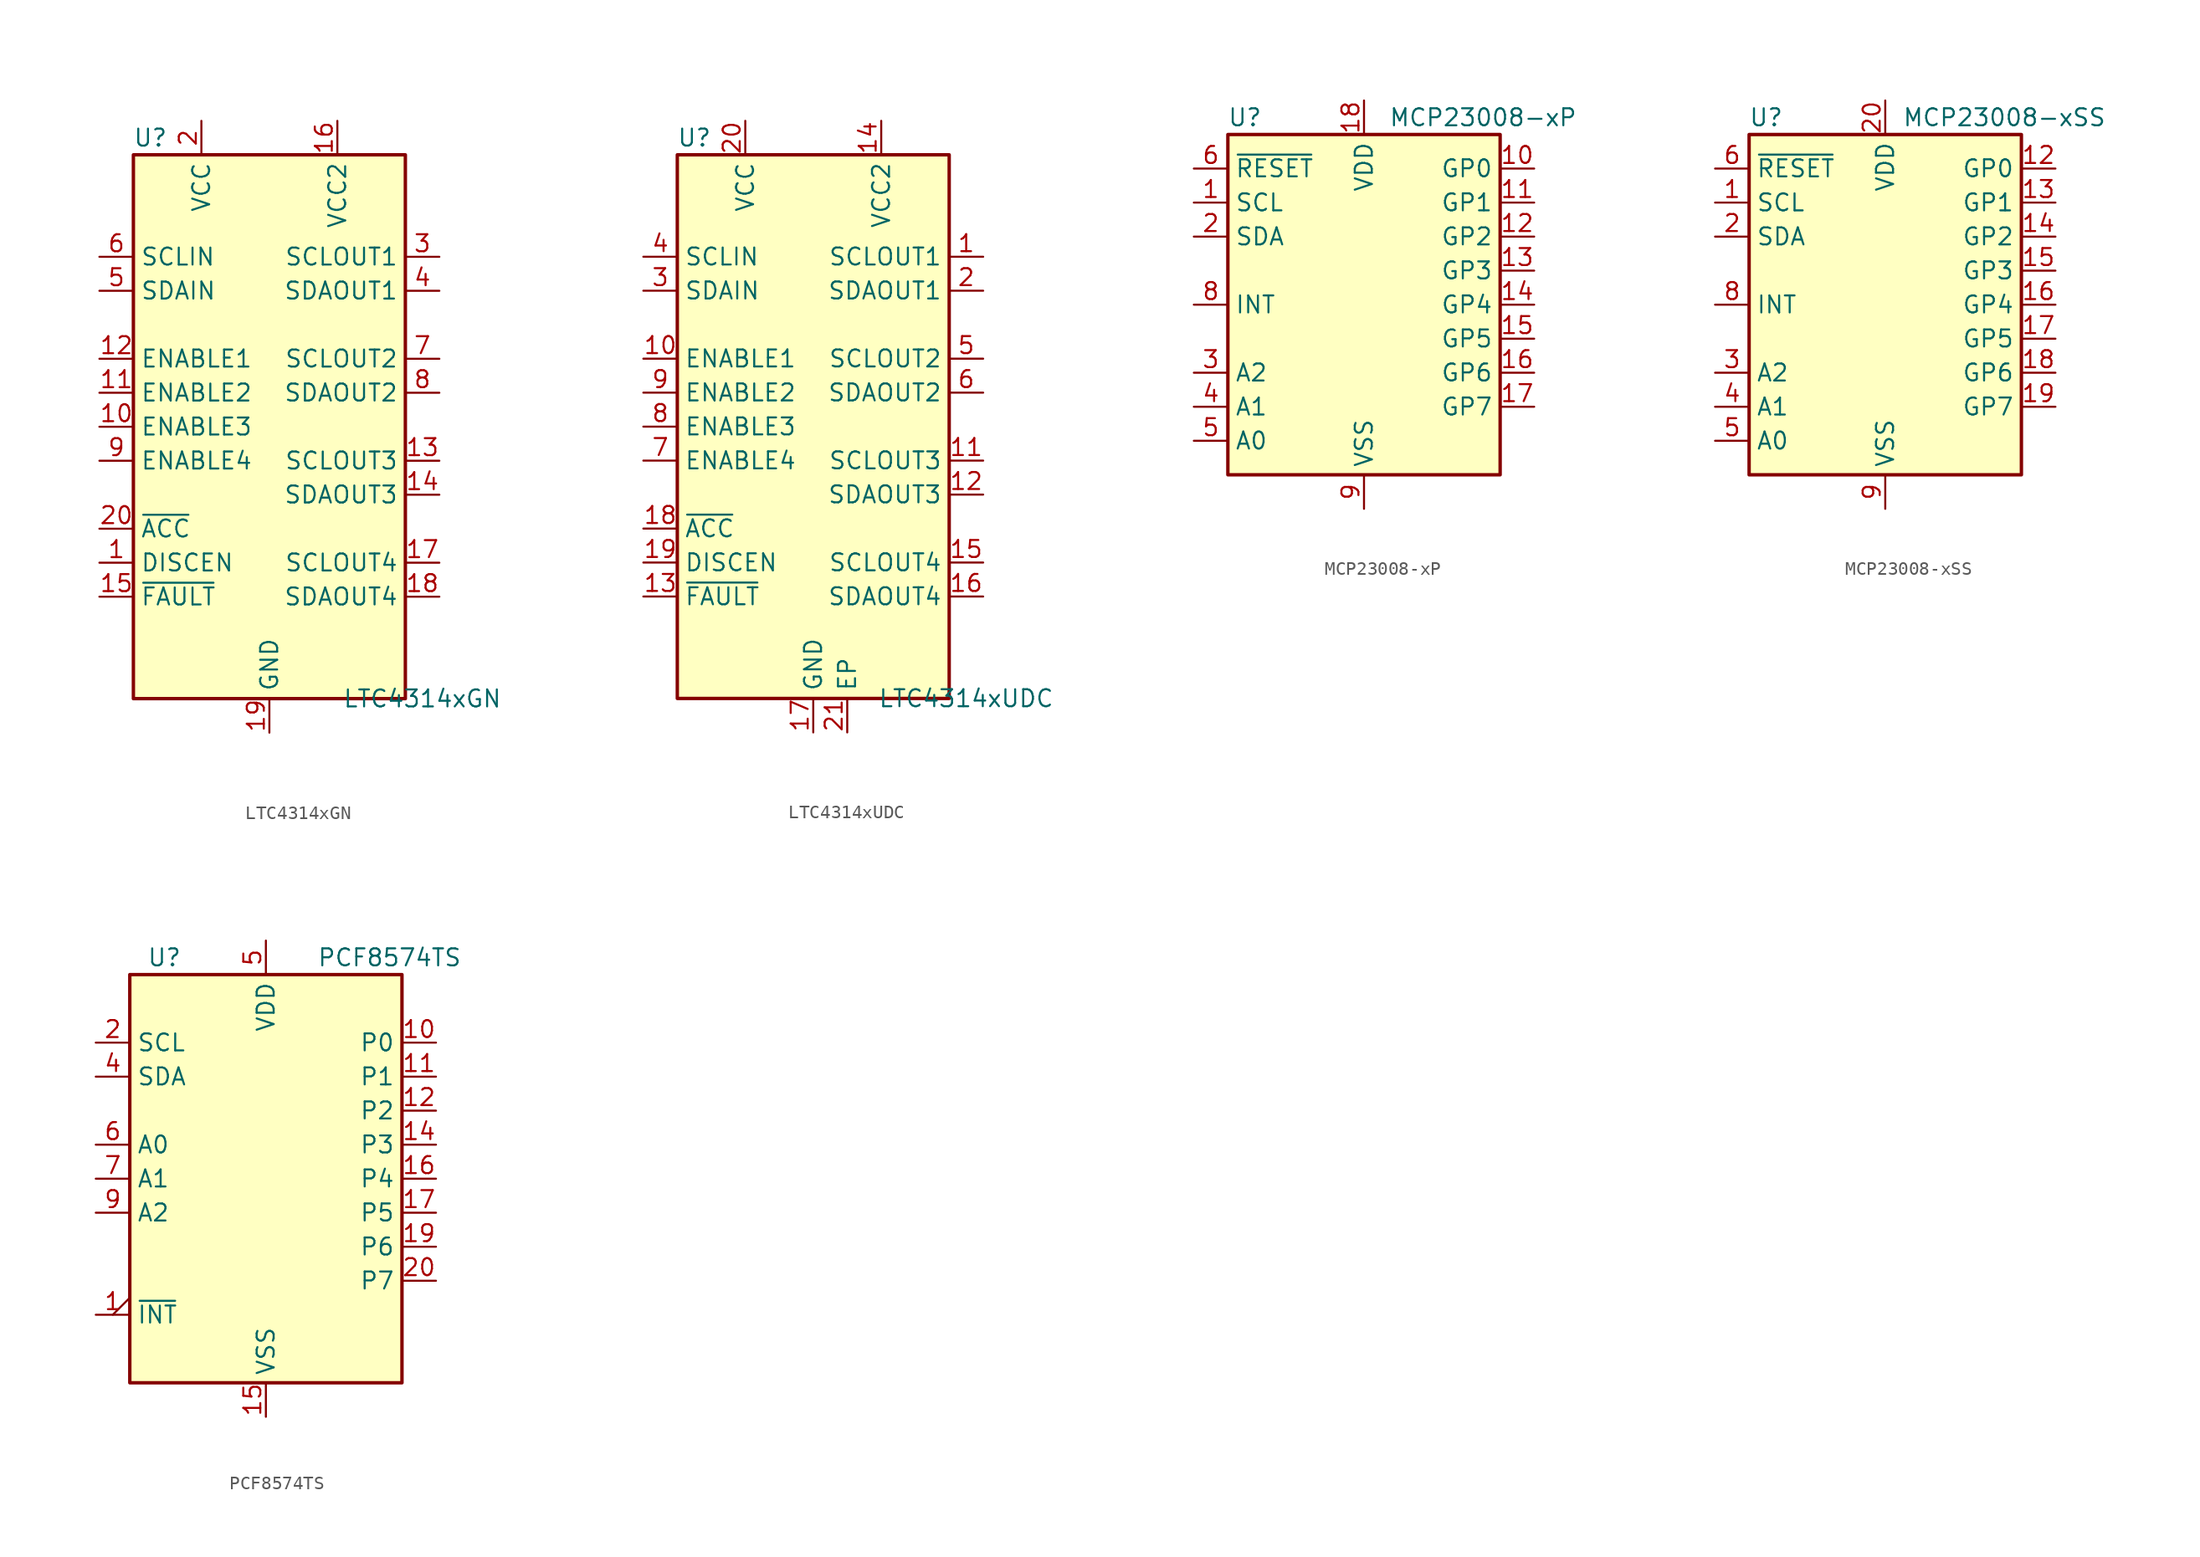
<source format=kicad_sym>
(kicad_symbol_lib
  (version 20200908)
  (generator kicad_symbol_editor)
  (symbol "Interface_Expansion:LTC4314xGN"
    (property "Reference" "U"
      (at -8.89 21.59 0)
      (effects (font (size 1.27 1.27))))
    (property "Value" "LTC4314xGN"
      (at 11.43 -20.32 0)
      (effects (font (size 1.27 1.27))))
    (symbol "LTC4314xGN_0_1"
      (rectangle (start -10.16 20.32) (end 10.16 -20.32) (stroke (width 0.254)) (fill (type background))))
    (symbol "LTC4314xGN_0_0"
      (pin bidirectional line (at 12.7 12.7 180) (length 2.54) (name "SCLOUT1" (effects (font (size 1.27 1.27)))) (number "3" (effects (font (size 1.27 1.27))))))
    (symbol "LTC4314xGN_1_1"
      (pin input line (at -12.7 -10.16 0) (length 2.54) (name "DISCEN" (effects (font (size 1.27 1.27)))) (number "1" (effects (font (size 1.27 1.27)))))
      (pin input line (at -12.7 0 0) (length 2.54) (name "ENABLE3" (effects (font (size 1.27 1.27)))) (number "10" (effects (font (size 1.27 1.27)))))
      (pin input line (at -12.7 2.54 0) (length 2.54) (name "ENABLE2" (effects (font (size 1.27 1.27)))) (number "11" (effects (font (size 1.27 1.27)))))
      (pin input line (at -12.7 5.08 0) (length 2.54) (name "ENABLE1" (effects (font (size 1.27 1.27)))) (number "12" (effects (font (size 1.27 1.27)))))
      (pin bidirectional line (at 12.7 -2.54 180) (length 2.54) (name "SCLOUT3" (effects (font (size 1.27 1.27)))) (number "13" (effects (font (size 1.27 1.27)))))
      (pin bidirectional line (at 12.7 -5.08 180) (length 2.54) (name "SDAOUT3" (effects (font (size 1.27 1.27)))) (number "14" (effects (font (size 1.27 1.27)))))
      (pin open_collector line (at -12.7 -12.7 0) (length 2.54) (name "~FAULT" (effects (font (size 1.27 1.27)))) (number "15" (effects (font (size 1.27 1.27)))))
      (pin power_in line (at 5.08 22.86 270) (length 2.54) (name "VCC2" (effects (font (size 1.27 1.27)))) (number "16" (effects (font (size 1.27 1.27)))))
      (pin bidirectional line (at 12.7 -10.16 180) (length 2.54) (name "SCLOUT4" (effects (font (size 1.27 1.27)))) (number "17" (effects (font (size 1.27 1.27)))))
      (pin bidirectional line (at 12.7 -12.7 180) (length 2.54) (name "SDAOUT4" (effects (font (size 1.27 1.27)))) (number "18" (effects (font (size 1.27 1.27)))))
      (pin power_in line (at 0 -22.86 90) (length 2.54) (name "GND" (effects (font (size 1.27 1.27)))) (number "19" (effects (font (size 1.27 1.27)))))
      (pin power_in line (at -5.08 22.86 270) (length 2.54) (name "VCC" (effects (font (size 1.27 1.27)))) (number "2" (effects (font (size 1.27 1.27)))))
      (pin input line (at -12.7 -7.62 0) (length 2.54) (name "~ACC" (effects (font (size 1.27 1.27)))) (number "20" (effects (font (size 1.27 1.27)))))
      (pin bidirectional line (at 12.7 10.16 180) (length 2.54) (name "SDAOUT1" (effects (font (size 1.27 1.27)))) (number "4" (effects (font (size 1.27 1.27)))))
      (pin bidirectional line (at -12.7 10.16 0) (length 2.54) (name "SDAIN" (effects (font (size 1.27 1.27)))) (number "5" (effects (font (size 1.27 1.27)))))
      (pin bidirectional line (at -12.7 12.7 0) (length 2.54) (name "SCLIN" (effects (font (size 1.27 1.27)))) (number "6" (effects (font (size 1.27 1.27)))))
      (pin bidirectional line (at 12.7 5.08 180) (length 2.54) (name "SCLOUT2" (effects (font (size 1.27 1.27)))) (number "7" (effects (font (size 1.27 1.27)))))
      (pin bidirectional line (at 12.7 2.54 180) (length 2.54) (name "SDAOUT2" (effects (font (size 1.27 1.27)))) (number "8" (effects (font (size 1.27 1.27)))))
      (pin input line (at -12.7 -2.54 0) (length 2.54) (name "ENABLE4" (effects (font (size 1.27 1.27)))) (number "9" (effects (font (size 1.27 1.27)))))))
  (symbol "Interface_Expansion:LTC4314xUDC"
    (property "Reference" "U"
      (at -8.89 21.59 0)
      (effects (font (size 1.27 1.27))))
    (property "Value" "LTC4314xUDC"
      (at 11.43 -20.32 0)
      (effects (font (size 1.27 1.27))))
    (symbol "LTC4314xUDC_0_1"
      (rectangle (start -10.16 20.32) (end 10.16 -20.32) (stroke (width 0.254)) (fill (type background))))
    (symbol "LTC4314xUDC_0_0"
      (pin bidirectional line (at 12.7 12.7 180) (length 2.54) (name "SCLOUT1" (effects (font (size 1.27 1.27)))) (number "1" (effects (font (size 1.27 1.27))))))
    (symbol "LTC4314xUDC_1_1"
      (pin input line (at -12.7 5.08 0) (length 2.54) (name "ENABLE1" (effects (font (size 1.27 1.27)))) (number "10" (effects (font (size 1.27 1.27)))))
      (pin bidirectional line (at 12.7 -2.54 180) (length 2.54) (name "SCLOUT3" (effects (font (size 1.27 1.27)))) (number "11" (effects (font (size 1.27 1.27)))))
      (pin bidirectional line (at 12.7 -5.08 180) (length 2.54) (name "SDAOUT3" (effects (font (size 1.27 1.27)))) (number "12" (effects (font (size 1.27 1.27)))))
      (pin open_collector line (at -12.7 -12.7 0) (length 2.54) (name "~FAULT" (effects (font (size 1.27 1.27)))) (number "13" (effects (font (size 1.27 1.27)))))
      (pin power_in line (at 5.08 22.86 270) (length 2.54) (name "VCC2" (effects (font (size 1.27 1.27)))) (number "14" (effects (font (size 1.27 1.27)))))
      (pin bidirectional line (at 12.7 -10.16 180) (length 2.54) (name "SCLOUT4" (effects (font (size 1.27 1.27)))) (number "15" (effects (font (size 1.27 1.27)))))
      (pin bidirectional line (at 12.7 -12.7 180) (length 2.54) (name "SDAOUT4" (effects (font (size 1.27 1.27)))) (number "16" (effects (font (size 1.27 1.27)))))
      (pin power_in line (at 0 -22.86 90) (length 2.54) (name "GND" (effects (font (size 1.27 1.27)))) (number "17" (effects (font (size 1.27 1.27)))))
      (pin input line (at -12.7 -7.62 0) (length 2.54) (name "~ACC" (effects (font (size 1.27 1.27)))) (number "18" (effects (font (size 1.27 1.27)))))
      (pin input line (at -12.7 -10.16 0) (length 2.54) (name "DISCEN" (effects (font (size 1.27 1.27)))) (number "19" (effects (font (size 1.27 1.27)))))
      (pin bidirectional line (at 12.7 10.16 180) (length 2.54) (name "SDAOUT1" (effects (font (size 1.27 1.27)))) (number "2" (effects (font (size 1.27 1.27)))))
      (pin power_in line (at -5.08 22.86 270) (length 2.54) (name "VCC" (effects (font (size 1.27 1.27)))) (number "20" (effects (font (size 1.27 1.27)))))
      (pin passive line (at 2.54 -22.86 90) (length 2.54) (name "EP" (effects (font (size 1.27 1.27)))) (number "21" (effects (font (size 1.27 1.27)))))
      (pin bidirectional line (at -12.7 10.16 0) (length 2.54) (name "SDAIN" (effects (font (size 1.27 1.27)))) (number "3" (effects (font (size 1.27 1.27)))))
      (pin bidirectional line (at -12.7 12.7 0) (length 2.54) (name "SCLIN" (effects (font (size 1.27 1.27)))) (number "4" (effects (font (size 1.27 1.27)))))
      (pin bidirectional line (at 12.7 5.08 180) (length 2.54) (name "SCLOUT2" (effects (font (size 1.27 1.27)))) (number "5" (effects (font (size 1.27 1.27)))))
      (pin bidirectional line (at 12.7 2.54 180) (length 2.54) (name "SDAOUT2" (effects (font (size 1.27 1.27)))) (number "6" (effects (font (size 1.27 1.27)))))
      (pin input line (at -12.7 -2.54 0) (length 2.54) (name "ENABLE4" (effects (font (size 1.27 1.27)))) (number "7" (effects (font (size 1.27 1.27)))))
      (pin input line (at -12.7 0 0) (length 2.54) (name "ENABLE3" (effects (font (size 1.27 1.27)))) (number "8" (effects (font (size 1.27 1.27)))))
      (pin input line (at -12.7 2.54 0) (length 2.54) (name "ENABLE2" (effects (font (size 1.27 1.27)))) (number "9" (effects (font (size 1.27 1.27)))))))
  (symbol "Interface_Expansion:MCP23008-xP"
    (property "Reference" "U"
      (at -8.89 13.97 0)
      (effects (font (size 1.27 1.27))))
    (property "Value" "MCP23008-xP"
      (at 8.89 13.97 0)
      (effects (font (size 1.27 1.27))))
    (symbol "MCP23008-xP_0_1"
      (rectangle (start -10.16 12.7) (end 10.16 -12.7) (stroke (width 0.254)) (fill (type background))))
    (symbol "MCP23008-xP_1_1"
      (pin input line (at -12.7 7.62 0) (length 2.54) (name "SCL" (effects (font (size 1.27 1.27)))) (number "1" (effects (font (size 1.27 1.27)))))
      (pin bidirectional line (at 12.7 10.16 180) (length 2.54) (name "GP0" (effects (font (size 1.27 1.27)))) (number "10" (effects (font (size 1.27 1.27)))))
      (pin bidirectional line (at 12.7 7.62 180) (length 2.54) (name "GP1" (effects (font (size 1.27 1.27)))) (number "11" (effects (font (size 1.27 1.27)))))
      (pin bidirectional line (at 12.7 5.08 180) (length 2.54) (name "GP2" (effects (font (size 1.27 1.27)))) (number "12" (effects (font (size 1.27 1.27)))))
      (pin bidirectional line (at 12.7 2.54 180) (length 2.54) (name "GP3" (effects (font (size 1.27 1.27)))) (number "13" (effects (font (size 1.27 1.27)))))
      (pin bidirectional line (at 12.7 0 180) (length 2.54) (name "GP4" (effects (font (size 1.27 1.27)))) (number "14" (effects (font (size 1.27 1.27)))))
      (pin bidirectional line (at 12.7 -2.54 180) (length 2.54) (name "GP5" (effects (font (size 1.27 1.27)))) (number "15" (effects (font (size 1.27 1.27)))))
      (pin bidirectional line (at 12.7 -5.08 180) (length 2.54) (name "GP6" (effects (font (size 1.27 1.27)))) (number "16" (effects (font (size 1.27 1.27)))))
      (pin bidirectional line (at 12.7 -7.62 180) (length 2.54) (name "GP7" (effects (font (size 1.27 1.27)))) (number "17" (effects (font (size 1.27 1.27)))))
      (pin power_in line (at 0 15.24 270) (length 2.54) (name "VDD" (effects (font (size 1.27 1.27)))) (number "18" (effects (font (size 1.27 1.27)))))
      (pin bidirectional line (at -12.7 5.08 0) (length 2.54) (name "SDA" (effects (font (size 1.27 1.27)))) (number "2" (effects (font (size 1.27 1.27)))))
      (pin input line (at -12.7 -5.08 0) (length 2.54) (name "A2" (effects (font (size 1.27 1.27)))) (number "3" (effects (font (size 1.27 1.27)))))
      (pin input line (at -12.7 -7.62 0) (length 2.54) (name "A1" (effects (font (size 1.27 1.27)))) (number "4" (effects (font (size 1.27 1.27)))))
      (pin input line (at -12.7 -10.16 0) (length 2.54) (name "A0" (effects (font (size 1.27 1.27)))) (number "5" (effects (font (size 1.27 1.27)))))
      (pin input line (at -12.7 10.16 0) (length 2.54) (name "~RESET" (effects (font (size 1.27 1.27)))) (number "6" (effects (font (size 1.27 1.27)))))
      (pin unconnected line (at -10.16 -2.54 0) (length 2.54) hide (name "NC" (effects (font (size 1.27 1.27)))) (number "7" (effects (font (size 1.27 1.27)))))
      (pin output line (at -12.7 0 0) (length 2.54) (name "INT" (effects (font (size 1.27 1.27)))) (number "8" (effects (font (size 1.27 1.27)))))
      (pin power_in line (at 0 -15.24 90) (length 2.54) (name "VSS" (effects (font (size 1.27 1.27)))) (number "9" (effects (font (size 1.27 1.27)))))))
  (symbol "Interface_Expansion:MCP23008-xSS"
    (property "Reference" "U"
      (at -8.89 13.97 0)
      (effects (font (size 1.27 1.27))))
    (property "Value" "MCP23008-xSS"
      (at 8.89 13.97 0)
      (effects (font (size 1.27 1.27))))
    (symbol "MCP23008-xSS_0_1"
      (rectangle (start -10.16 12.7) (end 10.16 -12.7) (stroke (width 0.254)) (fill (type background))))
    (symbol "MCP23008-xSS_1_1"
      (pin input line (at -12.7 7.62 0) (length 2.54) (name "SCL" (effects (font (size 1.27 1.27)))) (number "1" (effects (font (size 1.27 1.27)))))
      (pin unconnected line (at -10.16 -2.54 0) (length 2.54) hide (name "NC" (effects (font (size 1.27 1.27)))) (number "10" (effects (font (size 1.27 1.27)))))
      (pin unconnected line (at 10.16 -10.16 180) (length 2.54) hide (name "NC" (effects (font (size 1.27 1.27)))) (number "11" (effects (font (size 1.27 1.27)))))
      (pin bidirectional line (at 12.7 10.16 180) (length 2.54) (name "GP0" (effects (font (size 1.27 1.27)))) (number "12" (effects (font (size 1.27 1.27)))))
      (pin bidirectional line (at 12.7 7.62 180) (length 2.54) (name "GP1" (effects (font (size 1.27 1.27)))) (number "13" (effects (font (size 1.27 1.27)))))
      (pin bidirectional line (at 12.7 5.08 180) (length 2.54) (name "GP2" (effects (font (size 1.27 1.27)))) (number "14" (effects (font (size 1.27 1.27)))))
      (pin bidirectional line (at 12.7 2.54 180) (length 2.54) (name "GP3" (effects (font (size 1.27 1.27)))) (number "15" (effects (font (size 1.27 1.27)))))
      (pin bidirectional line (at 12.7 0 180) (length 2.54) (name "GP4" (effects (font (size 1.27 1.27)))) (number "16" (effects (font (size 1.27 1.27)))))
      (pin bidirectional line (at 12.7 -2.54 180) (length 2.54) (name "GP5" (effects (font (size 1.27 1.27)))) (number "17" (effects (font (size 1.27 1.27)))))
      (pin bidirectional line (at 12.7 -5.08 180) (length 2.54) (name "GP6" (effects (font (size 1.27 1.27)))) (number "18" (effects (font (size 1.27 1.27)))))
      (pin bidirectional line (at 12.7 -7.62 180) (length 2.54) (name "GP7" (effects (font (size 1.27 1.27)))) (number "19" (effects (font (size 1.27 1.27)))))
      (pin bidirectional line (at -12.7 5.08 0) (length 2.54) (name "SDA" (effects (font (size 1.27 1.27)))) (number "2" (effects (font (size 1.27 1.27)))))
      (pin power_in line (at 0 15.24 270) (length 2.54) (name "VDD" (effects (font (size 1.27 1.27)))) (number "20" (effects (font (size 1.27 1.27)))))
      (pin input line (at -12.7 -5.08 0) (length 2.54) (name "A2" (effects (font (size 1.27 1.27)))) (number "3" (effects (font (size 1.27 1.27)))))
      (pin input line (at -12.7 -7.62 0) (length 2.54) (name "A1" (effects (font (size 1.27 1.27)))) (number "4" (effects (font (size 1.27 1.27)))))
      (pin input line (at -12.7 -10.16 0) (length 2.54) (name "A0" (effects (font (size 1.27 1.27)))) (number "5" (effects (font (size 1.27 1.27)))))
      (pin input line (at -12.7 10.16 0) (length 2.54) (name "~RESET" (effects (font (size 1.27 1.27)))) (number "6" (effects (font (size 1.27 1.27)))))
      (pin unconnected line (at -10.16 2.54 0) (length 2.54) hide (name "NC" (effects (font (size 1.27 1.27)))) (number "7" (effects (font (size 1.27 1.27)))))
      (pin output line (at -12.7 0 0) (length 2.54) (name "INT" (effects (font (size 1.27 1.27)))) (number "8" (effects (font (size 1.27 1.27)))))
      (pin power_in line (at 0 -15.24 90) (length 2.54) (name "VSS" (effects (font (size 1.27 1.27)))) (number "9" (effects (font (size 1.27 1.27)))))))
  (symbol "Interface_Expansion:PCF8574TS"
    (property "Reference" "U"
      (at -8.89 16.51 0)
      (effects (font (size 1.27 1.27)) (justify left)))
    (property "Value" "PCF8574TS"
      (at 3.81 16.51 0)
      (effects (font (size 1.27 1.27)) (justify left)))
    (symbol "PCF8574TS_0_1"
      (rectangle (start -10.16 15.24) (end 10.16 -15.24) (stroke (width 0.254)) (fill (type background))))
    (symbol "PCF8574TS_1_1"
      (pin open_collector output_low (at -12.7 -10.16 0) (length 2.54) (name "~INT~" (effects (font (size 1.27 1.27)))) (number "1" (effects (font (size 1.27 1.27)))))
      (pin bidirectional line (at 12.7 10.16 180) (length 2.54) (name "P0" (effects (font (size 1.27 1.27)))) (number "10" (effects (font (size 1.27 1.27)))))
      (pin bidirectional line (at 12.7 7.62 180) (length 2.54) (name "P1" (effects (font (size 1.27 1.27)))) (number "11" (effects (font (size 1.27 1.27)))))
      (pin bidirectional line (at 12.7 5.08 180) (length 2.54) (name "P2" (effects (font (size 1.27 1.27)))) (number "12" (effects (font (size 1.27 1.27)))))
      (pin unconnected line (at -10.16 -5.08 0) (length 2.54) hide (name "NC" (effects (font (size 1.27 1.27)))) (number "13" (effects (font (size 1.27 1.27)))))
      (pin bidirectional line (at 12.7 2.54 180) (length 2.54) (name "P3" (effects (font (size 1.27 1.27)))) (number "14" (effects (font (size 1.27 1.27)))))
      (pin power_in line (at 0 -17.78 90) (length 2.54) (name "VSS" (effects (font (size 1.27 1.27)))) (number "15" (effects (font (size 1.27 1.27)))))
      (pin bidirectional line (at 12.7 0 180) (length 2.54) (name "P4" (effects (font (size 1.27 1.27)))) (number "16" (effects (font (size 1.27 1.27)))))
      (pin bidirectional line (at 12.7 -2.54 180) (length 2.54) (name "P5" (effects (font (size 1.27 1.27)))) (number "17" (effects (font (size 1.27 1.27)))))
      (pin unconnected line (at -10.16 -7.62 0) (length 2.54) hide (name "NC" (effects (font (size 1.27 1.27)))) (number "18" (effects (font (size 1.27 1.27)))))
      (pin bidirectional line (at 12.7 -5.08 180) (length 2.54) (name "P6" (effects (font (size 1.27 1.27)))) (number "19" (effects (font (size 1.27 1.27)))))
      (pin input line (at -12.7 10.16 0) (length 2.54) (name "SCL" (effects (font (size 1.27 1.27)))) (number "2" (effects (font (size 1.27 1.27)))))
      (pin bidirectional line (at 12.7 -7.62 180) (length 2.54) (name "P7" (effects (font (size 1.27 1.27)))) (number "20" (effects (font (size 1.27 1.27)))))
      (pin unconnected line (at 10.16 -10.16 180) (length 2.54) hide (name "NC" (effects (font (size 1.27 1.27)))) (number "3" (effects (font (size 1.27 1.27)))))
      (pin bidirectional line (at -12.7 7.62 0) (length 2.54) (name "SDA" (effects (font (size 1.27 1.27)))) (number "4" (effects (font (size 1.27 1.27)))))
      (pin power_in line (at 0 17.78 270) (length 2.54) (name "VDD" (effects (font (size 1.27 1.27)))) (number "5" (effects (font (size 1.27 1.27)))))
      (pin input line (at -12.7 2.54 0) (length 2.54) (name "A0" (effects (font (size 1.27 1.27)))) (number "6" (effects (font (size 1.27 1.27)))))
      (pin input line (at -12.7 0 0) (length 2.54) (name "A1" (effects (font (size 1.27 1.27)))) (number "7" (effects (font (size 1.27 1.27)))))
      (pin unconnected line (at 10.16 -12.7 180) (length 2.54) hide (name "NC" (effects (font (size 1.27 1.27)))) (number "8" (effects (font (size 1.27 1.27)))))
      (pin input line (at -12.7 -2.54 0) (length 2.54) (name "A2" (effects (font (size 1.27 1.27)))) (number "9" (effects (font (size 1.27 1.27))))))))
</source>
